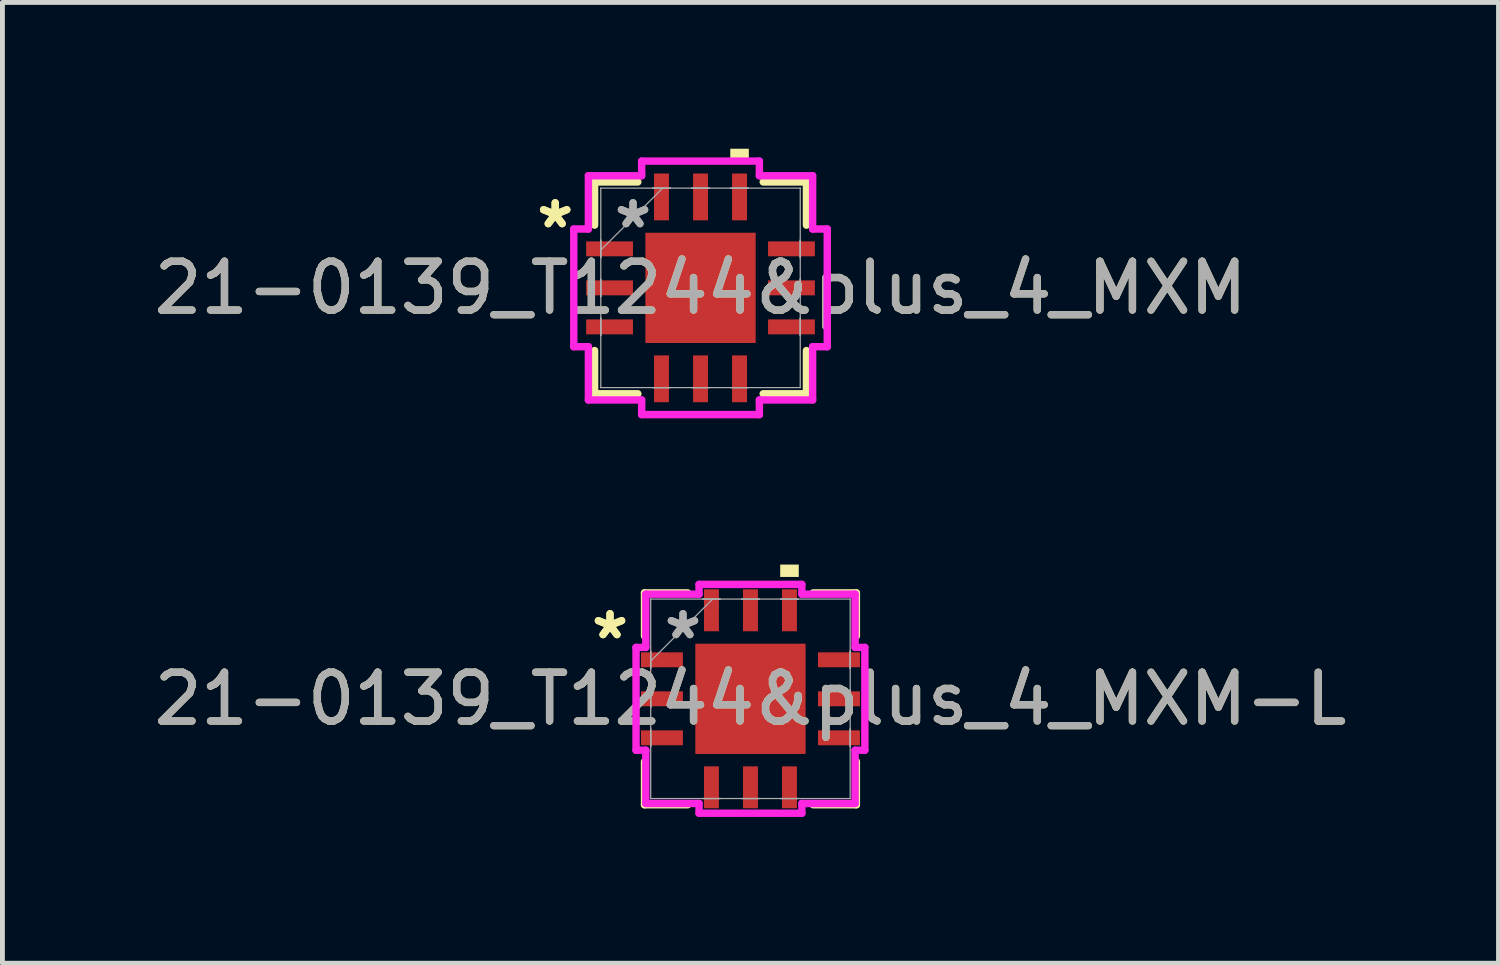
<source format=kicad_pcb>
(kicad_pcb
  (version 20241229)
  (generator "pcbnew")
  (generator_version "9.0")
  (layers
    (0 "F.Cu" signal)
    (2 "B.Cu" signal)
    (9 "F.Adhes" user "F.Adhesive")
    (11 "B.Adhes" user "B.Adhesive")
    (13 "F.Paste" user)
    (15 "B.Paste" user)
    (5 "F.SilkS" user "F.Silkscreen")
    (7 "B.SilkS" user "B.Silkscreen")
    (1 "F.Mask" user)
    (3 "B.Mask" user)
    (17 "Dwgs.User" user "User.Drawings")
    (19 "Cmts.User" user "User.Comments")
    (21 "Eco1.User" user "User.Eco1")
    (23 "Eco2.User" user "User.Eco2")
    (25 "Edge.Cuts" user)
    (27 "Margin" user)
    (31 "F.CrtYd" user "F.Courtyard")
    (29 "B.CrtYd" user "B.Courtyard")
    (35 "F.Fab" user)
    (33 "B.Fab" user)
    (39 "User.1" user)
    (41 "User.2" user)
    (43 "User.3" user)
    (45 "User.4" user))
  (footprint "21-0139_T1244&plus_4_MXM-L"
    (layer "F.Cu")
    (at 12.339 11.28)
    (property "Reference" "21-0139_T1244&plus_4_MXM-L" (at 0 0 0) (unlocked yes) (layer "F.SilkS") (effects (font (size 1 1) (thickness 0.15))))
    (attr smd)
    (fp_line (start -2.172 -2.172) (end -2.172 -1.286) (stroke (width 0.152) (type solid)) (layer "F.SilkS"))
    (fp_line (start -2.172 1.286) (end -2.172 2.172) (stroke (width 0.152) (type solid)) (layer "F.SilkS"))
    (fp_line (start -2.172 2.172) (end -1.286 2.172) (stroke (width 0.152) (type solid)) (layer "F.SilkS"))
    (fp_line (start -1.286 -2.172) (end -2.172 -2.172) (stroke (width 0.152) (type solid)) (layer "F.SilkS"))
    (fp_line (start 1.286 2.172) (end 2.172 2.172) (stroke (width 0.152) (type solid)) (layer "F.SilkS"))
    (fp_line (start 2.172 -2.172) (end 1.286 -2.172) (stroke (width 0.152) (type solid)) (layer "F.SilkS"))
    (fp_line (start 2.172 -1.286) (end 2.172 -2.172) (stroke (width 0.152) (type solid)) (layer "F.SilkS"))
    (fp_line (start 2.172 2.172) (end 2.172 1.286) (stroke (width 0.152) (type solid)) (layer "F.SilkS"))
    (fp_poly (pts (xy 0.61 -2.499) (xy 0.61 -2.753) (xy 0.991 -2.753) (xy 0.991 -2.499)) (stroke (width 0) (type solid)) (fill yes) (layer "F.SilkS"))
    (fp_line (start -2.346 -1.054) (end -2.146 -1.054) (stroke (width 0.152) (type solid)) (layer "F.CrtYd"))
    (fp_line (start -2.346 1.054) (end -2.346 -1.054) (stroke (width 0.152) (type solid)) (layer "F.CrtYd"))
    (fp_line (start -2.146 -2.146) (end -1.054 -2.146) (stroke (width 0.152) (type solid)) (layer "F.CrtYd"))
    (fp_line (start -2.146 -1.054) (end -2.146 -2.146) (stroke (width 0.152) (type solid)) (layer "F.CrtYd"))
    (fp_line (start -2.146 1.054) (end -2.346 1.054) (stroke (width 0.152) (type solid)) (layer "F.CrtYd"))
    (fp_line (start -2.146 2.146) (end -2.146 1.054) (stroke (width 0.152) (type solid)) (layer "F.CrtYd"))
    (fp_line (start -1.054 -2.346) (end 1.054 -2.346) (stroke (width 0.152) (type solid)) (layer "F.CrtYd"))
    (fp_line (start -1.054 -2.146) (end -1.054 -2.346) (stroke (width 0.152) (type solid)) (layer "F.CrtYd"))
    (fp_line (start -1.054 2.146) (end -2.146 2.146) (stroke (width 0.152) (type solid)) (layer "F.CrtYd"))
    (fp_line (start -1.054 2.346) (end -1.054 2.146) (stroke (width 0.152) (type solid)) (layer "F.CrtYd"))
    (fp_line (start 1.054 -2.346) (end 1.054 -2.146) (stroke (width 0.152) (type solid)) (layer "F.CrtYd"))
    (fp_line (start 1.054 -2.146) (end 2.146 -2.146) (stroke (width 0.152) (type solid)) (layer "F.CrtYd"))
    (fp_line (start 1.054 2.146) (end 1.054 2.346) (stroke (width 0.152) (type solid)) (layer "F.CrtYd"))
    (fp_line (start 1.054 2.346) (end -1.054 2.346) (stroke (width 0.152) (type solid)) (layer "F.CrtYd"))
    (fp_line (start 2.146 -2.146) (end 2.146 -1.054) (stroke (width 0.152) (type solid)) (layer "F.CrtYd"))
    (fp_line (start 2.146 -1.054) (end 2.346 -1.054) (stroke (width 0.152) (type solid)) (layer "F.CrtYd"))
    (fp_line (start 2.146 1.054) (end 2.146 2.146) (stroke (width 0.152) (type solid)) (layer "F.CrtYd"))
    (fp_line (start 2.146 2.146) (end 1.054 2.146) (stroke (width 0.152) (type solid)) (layer "F.CrtYd"))
    (fp_line (start 2.346 -1.054) (end 2.346 1.054) (stroke (width 0.152) (type solid)) (layer "F.CrtYd"))
    (fp_line (start 2.346 1.054) (end 2.146 1.054) (stroke (width 0.152) (type solid)) (layer "F.CrtYd"))
    (fp_line (start -2.045 -2.045) (end -2.045 -2.045) (stroke (width 0.025) (type solid)) (layer "F.Fab"))
    (fp_line (start -2.045 -2.045) (end -2.045 2.045) (stroke (width 0.025) (type solid)) (layer "F.Fab"))
    (fp_line (start -2.045 -0.978) (end -2.045 -0.978) (stroke (width 0.025) (type solid)) (layer "F.Fab"))
    (fp_line (start -2.045 -0.978) (end -2.045 -0.622) (stroke (width 0.025) (type solid)) (layer "F.Fab"))
    (fp_line (start -2.045 -0.775) (end -0.775 -2.045) (stroke (width 0.025) (type solid)) (layer "F.Fab"))
    (fp_line (start -2.045 -0.622) (end -2.045 -0.978) (stroke (width 0.025) (type solid)) (layer "F.Fab"))
    (fp_line (start -2.045 -0.622) (end -2.045 -0.622) (stroke (width 0.025) (type solid)) (layer "F.Fab"))
    (fp_line (start -2.045 -0.178) (end -2.045 -0.178) (stroke (width 0.025) (type solid)) (layer "F.Fab"))
    (fp_line (start -2.045 -0.178) (end -2.045 0.178) (stroke (width 0.025) (type solid)) (layer "F.Fab"))
    (fp_line (start -2.045 0.178) (end -2.045 -0.178) (stroke (width 0.025) (type solid)) (layer "F.Fab"))
    (fp_line (start -2.045 0.178) (end -2.045 0.178) (stroke (width 0.025) (type solid)) (layer "F.Fab"))
    (fp_line (start -2.045 0.622) (end -2.045 0.622) (stroke (width 0.025) (type solid)) (layer "F.Fab"))
    (fp_line (start -2.045 0.622) (end -2.045 0.978) (stroke (width 0.025) (type solid)) (layer "F.Fab"))
    (fp_line (start -2.045 0.978) (end -2.045 0.622) (stroke (width 0.025) (type solid)) (layer "F.Fab"))
    (fp_line (start -2.045 0.978) (end -2.045 0.978) (stroke (width 0.025) (type solid)) (layer "F.Fab"))
    (fp_line (start -2.045 2.045) (end -2.045 2.045) (stroke (width 0.025) (type solid)) (layer "F.Fab"))
    (fp_line (start -2.045 2.045) (end 2.045 2.045) (stroke (width 0.025) (type solid)) (layer "F.Fab"))
    (fp_line (start -0.978 -2.045) (end -0.978 -2.045) (stroke (width 0.025) (type solid)) (layer "F.Fab"))
    (fp_line (start -0.978 -2.045) (end -0.622 -2.045) (stroke (width 0.025) (type solid)) (layer "F.Fab"))
    (fp_line (start -0.978 2.045) (end -0.978 2.045) (stroke (width 0.025) (type solid)) (layer "F.Fab"))
    (fp_line (start -0.978 2.045) (end -0.622 2.045) (stroke (width 0.025) (type solid)) (layer "F.Fab"))
    (fp_line (start -0.622 -2.045) (end -0.978 -2.045) (stroke (width 0.025) (type solid)) (layer "F.Fab"))
    (fp_line (start -0.622 -2.045) (end -0.622 -2.045) (stroke (width 0.025) (type solid)) (layer "F.Fab"))
    (fp_line (start -0.622 2.045) (end -0.978 2.045) (stroke (width 0.025) (type solid)) (layer "F.Fab"))
    (fp_line (start -0.622 2.045) (end -0.622 2.045) (stroke (width 0.025) (type solid)) (layer "F.Fab"))
    (fp_line (start -0.178 -2.045) (end -0.178 -2.045) (stroke (width 0.025) (type solid)) (layer "F.Fab"))
    (fp_line (start -0.178 -2.045) (end 0.178 -2.045) (stroke (width 0.025) (type solid)) (layer "F.Fab"))
    (fp_line (start -0.178 2.045) (end -0.178 2.045) (stroke (width 0.025) (type solid)) (layer "F.Fab"))
    (fp_line (start -0.178 2.045) (end 0.178 2.045) (stroke (width 0.025) (type solid)) (layer "F.Fab"))
    (fp_line (start 0.178 -2.045) (end -0.178 -2.045) (stroke (width 0.025) (type solid)) (layer "F.Fab"))
    (fp_line (start 0.178 -2.045) (end 0.178 -2.045) (stroke (width 0.025) (type solid)) (layer "F.Fab"))
    (fp_line (start 0.178 2.045) (end -0.178 2.045) (stroke (width 0.025) (type solid)) (layer "F.Fab"))
    (fp_line (start 0.178 2.045) (end 0.178 2.045) (stroke (width 0.025) (type solid)) (layer "F.Fab"))
    (fp_line (start 0.622 -2.045) (end 0.622 -2.045) (stroke (width 0.025) (type solid)) (layer "F.Fab"))
    (fp_line (start 0.622 -2.045) (end 0.978 -2.045) (stroke (width 0.025) (type solid)) (layer "F.Fab"))
    (fp_line (start 0.622 2.045) (end 0.622 2.045) (stroke (width 0.025) (type solid)) (layer "F.Fab"))
    (fp_line (start 0.622 2.045) (end 0.978 2.045) (stroke (width 0.025) (type solid)) (layer "F.Fab"))
    (fp_line (start 0.978 -2.045) (end 0.622 -2.045) (stroke (width 0.025) (type solid)) (layer "F.Fab"))
    (fp_line (start 0.978 -2.045) (end 0.978 -2.045) (stroke (width 0.025) (type solid)) (layer "F.Fab"))
    (fp_line (start 0.978 2.045) (end 0.622 2.045) (stroke (width 0.025) (type solid)) (layer "F.Fab"))
    (fp_line (start 0.978 2.045) (end 0.978 2.045) (stroke (width 0.025) (type solid)) (layer "F.Fab"))
    (fp_line (start 2.045 -2.045) (end -2.045 -2.045) (stroke (width 0.025) (type solid)) (layer "F.Fab"))
    (fp_line (start 2.045 -2.045) (end 2.045 -2.045) (stroke (width 0.025) (type solid)) (layer "F.Fab"))
    (fp_line (start 2.045 -0.978) (end 2.045 -0.978) (stroke (width 0.025) (type solid)) (layer "F.Fab"))
    (fp_line (start 2.045 -0.978) (end 2.045 -0.622) (stroke (width 0.025) (type solid)) (layer "F.Fab"))
    (fp_line (start 2.045 -0.622) (end 2.045 -0.978) (stroke (width 0.025) (type solid)) (layer "F.Fab"))
    (fp_line (start 2.045 -0.622) (end 2.045 -0.622) (stroke (width 0.025) (type solid)) (layer "F.Fab"))
    (fp_line (start 2.045 -0.178) (end 2.045 -0.178) (stroke (width 0.025) (type solid)) (layer "F.Fab"))
    (fp_line (start 2.045 -0.178) (end 2.045 0.178) (stroke (width 0.025) (type solid)) (layer "F.Fab"))
    (fp_line (start 2.045 0.178) (end 2.045 -0.178) (stroke (width 0.025) (type solid)) (layer "F.Fab"))
    (fp_line (start 2.045 0.178) (end 2.045 0.178) (stroke (width 0.025) (type solid)) (layer "F.Fab"))
    (fp_line (start 2.045 0.622) (end 2.045 0.622) (stroke (width 0.025) (type solid)) (layer "F.Fab"))
    (fp_line (start 2.045 0.622) (end 2.045 0.978) (stroke (width 0.025) (type solid)) (layer "F.Fab"))
    (fp_line (start 2.045 0.978) (end 2.045 0.622) (stroke (width 0.025) (type solid)) (layer "F.Fab"))
    (fp_line (start 2.045 0.978) (end 2.045 0.978) (stroke (width 0.025) (type solid)) (layer "F.Fab"))
    (fp_line (start 2.045 2.045) (end 2.045 -2.045) (stroke (width 0.025) (type solid)) (layer "F.Fab"))
    (fp_line (start 2.045 2.045) (end 2.045 2.045) (stroke (width 0.025) (type solid)) (layer "F.Fab"))
    (fp_text user "*" (at -2.88 -1.2 0) (unlocked yes) (layer "F.SilkS") (effects (font (size 1 1) (thickness 0.15))))
    (fp_text user "*" (at -2.88 -1.2 0) (layer "F.SilkS") (effects (font (size 1 1) (thickness 0.15))))
    (fp_text user "*" (at -1.384 -1.2 0) (layer "F.Fab") (effects (font (size 1 1) (thickness 0.15))))
    (fp_text user "*" (at -1.384 -1.2 0) (unlocked yes) (layer "F.Fab") (effects (font (size 1 1) (thickness 0.15))))
    (fp_text user "${REFERENCE}" (at 0 0 0) (unlocked yes) (layer "F.Fab") (effects (font (size 1 1) (thickness 0.15))))
    (pad "1" smd rect (at -1.815 -0.8 90) (size 0.306 0.86) (layers "F.Cu" "F.Mask" "F.Paste"))
    (pad "2" smd rect (at -1.815 0 90) (size 0.306 0.86) (layers "F.Cu" "F.Mask" "F.Paste"))
    (pad "3" smd rect (at -1.815 0.8 90) (size 0.306 0.86) (layers "F.Cu" "F.Mask" "F.Paste"))
    (pad "4" smd rect (at -0.8 1.815) (size 0.306 0.86) (layers "F.Cu" "F.Mask" "F.Paste"))
    (pad "5" smd rect (at 0 1.815) (size 0.306 0.86) (layers "F.Cu" "F.Mask" "F.Paste"))
    (pad "6" smd rect (at 0.8 1.815) (size 0.306 0.86) (layers "F.Cu" "F.Mask" "F.Paste"))
    (pad "7" smd rect (at 1.815 0.8 90) (size 0.306 0.86) (layers "F.Cu" "F.Mask" "F.Paste"))
    (pad "8" smd rect (at 1.815 0 90) (size 0.306 0.86) (layers "F.Cu" "F.Mask" "F.Paste"))
    (pad "9" smd rect (at 1.815 -0.8 90) (size 0.306 0.86) (layers "F.Cu" "F.Mask" "F.Paste"))
    (pad "10" smd rect (at 0.8 -1.815) (size 0.306 0.86) (layers "F.Cu" "F.Mask" "F.Paste"))
    (pad "11" smd rect (at 0 -1.815) (size 0.306 0.86) (layers "F.Cu" "F.Mask" "F.Paste"))
    (pad "12" smd rect (at -0.8 -1.815) (size 0.306 0.86) (layers "F.Cu" "F.Mask" "F.Paste"))
    (pad "13" smd rect (at 0 0) (size 2.261 2.261) (layers "F.Cu" "F.Mask" "F.Paste")))
  (footprint "21-0139_T1244&plus_4_MXM"
    (layer "F.Cu")
    (at 11.315 2.853)
    (property "Reference" "21-0139_T1244&plus_4_MXM" (at 0 0 0) (unlocked yes) (layer "F.SilkS") (effects (font (size 1 1) (thickness 0.15))))
    (attr smd)
    (fp_line (start -2.172 -2.172) (end -2.172 -1.286) (stroke (width 0.152) (type solid)) (layer "F.SilkS"))
    (fp_line (start -2.172 1.286) (end -2.172 2.172) (stroke (width 0.152) (type solid)) (layer "F.SilkS"))
    (fp_line (start -2.172 2.172) (end -1.286 2.172) (stroke (width 0.152) (type solid)) (layer "F.SilkS"))
    (fp_line (start -1.286 -2.172) (end -2.172 -2.172) (stroke (width 0.152) (type solid)) (layer "F.SilkS"))
    (fp_line (start 1.286 2.172) (end 2.172 2.172) (stroke (width 0.152) (type solid)) (layer "F.SilkS"))
    (fp_line (start 2.172 -2.172) (end 1.286 -2.172) (stroke (width 0.152) (type solid)) (layer "F.SilkS"))
    (fp_line (start 2.172 -1.286) (end 2.172 -2.172) (stroke (width 0.152) (type solid)) (layer "F.SilkS"))
    (fp_line (start 2.172 2.172) (end 2.172 1.286) (stroke (width 0.152) (type solid)) (layer "F.SilkS"))
    (fp_poly (pts (xy 0.61 -2.599) (xy 0.61 -2.853) (xy 0.991 -2.853) (xy 0.991 -2.599)) (stroke (width 0) (type solid)) (fill yes) (layer "F.SilkS"))
    (fp_line (start -2.599 -1.207) (end -2.299 -1.207) (stroke (width 0.152) (type solid)) (layer "F.CrtYd"))
    (fp_line (start -2.599 1.207) (end -2.599 -1.207) (stroke (width 0.152) (type solid)) (layer "F.CrtYd"))
    (fp_line (start -2.299 -2.299) (end -1.207 -2.299) (stroke (width 0.152) (type solid)) (layer "F.CrtYd"))
    (fp_line (start -2.299 -1.207) (end -2.299 -2.299) (stroke (width 0.152) (type solid)) (layer "F.CrtYd"))
    (fp_line (start -2.299 1.207) (end -2.599 1.207) (stroke (width 0.152) (type solid)) (layer "F.CrtYd"))
    (fp_line (start -2.299 2.299) (end -2.299 1.207) (stroke (width 0.152) (type solid)) (layer "F.CrtYd"))
    (fp_line (start -1.207 -2.599) (end 1.207 -2.599) (stroke (width 0.152) (type solid)) (layer "F.CrtYd"))
    (fp_line (start -1.207 -2.299) (end -1.207 -2.599) (stroke (width 0.152) (type solid)) (layer "F.CrtYd"))
    (fp_line (start -1.207 2.299) (end -2.299 2.299) (stroke (width 0.152) (type solid)) (layer "F.CrtYd"))
    (fp_line (start -1.207 2.599) (end -1.207 2.299) (stroke (width 0.152) (type solid)) (layer "F.CrtYd"))
    (fp_line (start 1.207 -2.599) (end 1.207 -2.299) (stroke (width 0.152) (type solid)) (layer "F.CrtYd"))
    (fp_line (start 1.207 -2.299) (end 2.299 -2.299) (stroke (width 0.152) (type solid)) (layer "F.CrtYd"))
    (fp_line (start 1.207 2.299) (end 1.207 2.599) (stroke (width 0.152) (type solid)) (layer "F.CrtYd"))
    (fp_line (start 1.207 2.599) (end -1.207 2.599) (stroke (width 0.152) (type solid)) (layer "F.CrtYd"))
    (fp_line (start 2.299 -2.299) (end 2.299 -1.207) (stroke (width 0.152) (type solid)) (layer "F.CrtYd"))
    (fp_line (start 2.299 -1.207) (end 2.599 -1.207) (stroke (width 0.152) (type solid)) (layer "F.CrtYd"))
    (fp_line (start 2.299 1.207) (end 2.299 2.299) (stroke (width 0.152) (type solid)) (layer "F.CrtYd"))
    (fp_line (start 2.299 2.299) (end 1.207 2.299) (stroke (width 0.152) (type solid)) (layer "F.CrtYd"))
    (fp_line (start 2.599 -1.207) (end 2.599 1.207) (stroke (width 0.152) (type solid)) (layer "F.CrtYd"))
    (fp_line (start 2.599 1.207) (end 2.299 1.207) (stroke (width 0.152) (type solid)) (layer "F.CrtYd"))
    (fp_line (start -2.045 -2.045) (end -2.045 -2.045) (stroke (width 0.025) (type solid)) (layer "F.Fab"))
    (fp_line (start -2.045 -2.045) (end -2.045 2.045) (stroke (width 0.025) (type solid)) (layer "F.Fab"))
    (fp_line (start -2.045 -0.978) (end -2.045 -0.978) (stroke (width 0.025) (type solid)) (layer "F.Fab"))
    (fp_line (start -2.045 -0.978) (end -2.045 -0.622) (stroke (width 0.025) (type solid)) (layer "F.Fab"))
    (fp_line (start -2.045 -0.775) (end -0.775 -2.045) (stroke (width 0.025) (type solid)) (layer "F.Fab"))
    (fp_line (start -2.045 -0.622) (end -2.045 -0.978) (stroke (width 0.025) (type solid)) (layer "F.Fab"))
    (fp_line (start -2.045 -0.622) (end -2.045 -0.622) (stroke (width 0.025) (type solid)) (layer "F.Fab"))
    (fp_line (start -2.045 -0.178) (end -2.045 -0.178) (stroke (width 0.025) (type solid)) (layer "F.Fab"))
    (fp_line (start -2.045 -0.178) (end -2.045 0.178) (stroke (width 0.025) (type solid)) (layer "F.Fab"))
    (fp_line (start -2.045 0.178) (end -2.045 -0.178) (stroke (width 0.025) (type solid)) (layer "F.Fab"))
    (fp_line (start -2.045 0.178) (end -2.045 0.178) (stroke (width 0.025) (type solid)) (layer "F.Fab"))
    (fp_line (start -2.045 0.622) (end -2.045 0.622) (stroke (width 0.025) (type solid)) (layer "F.Fab"))
    (fp_line (start -2.045 0.622) (end -2.045 0.978) (stroke (width 0.025) (type solid)) (layer "F.Fab"))
    (fp_line (start -2.045 0.978) (end -2.045 0.622) (stroke (width 0.025) (type solid)) (layer "F.Fab"))
    (fp_line (start -2.045 0.978) (end -2.045 0.978) (stroke (width 0.025) (type solid)) (layer "F.Fab"))
    (fp_line (start -2.045 2.045) (end -2.045 2.045) (stroke (width 0.025) (type solid)) (layer "F.Fab"))
    (fp_line (start -2.045 2.045) (end 2.045 2.045) (stroke (width 0.025) (type solid)) (layer "F.Fab"))
    (fp_line (start -0.978 -2.045) (end -0.978 -2.045) (stroke (width 0.025) (type solid)) (layer "F.Fab"))
    (fp_line (start -0.978 -2.045) (end -0.622 -2.045) (stroke (width 0.025) (type solid)) (layer "F.Fab"))
    (fp_line (start -0.978 2.045) (end -0.978 2.045) (stroke (width 0.025) (type solid)) (layer "F.Fab"))
    (fp_line (start -0.978 2.045) (end -0.622 2.045) (stroke (width 0.025) (type solid)) (layer "F.Fab"))
    (fp_line (start -0.622 -2.045) (end -0.978 -2.045) (stroke (width 0.025) (type solid)) (layer "F.Fab"))
    (fp_line (start -0.622 -2.045) (end -0.622 -2.045) (stroke (width 0.025) (type solid)) (layer "F.Fab"))
    (fp_line (start -0.622 2.045) (end -0.978 2.045) (stroke (width 0.025) (type solid)) (layer "F.Fab"))
    (fp_line (start -0.622 2.045) (end -0.622 2.045) (stroke (width 0.025) (type solid)) (layer "F.Fab"))
    (fp_line (start -0.178 -2.045) (end -0.178 -2.045) (stroke (width 0.025) (type solid)) (layer "F.Fab"))
    (fp_line (start -0.178 -2.045) (end 0.178 -2.045) (stroke (width 0.025) (type solid)) (layer "F.Fab"))
    (fp_line (start -0.178 2.045) (end -0.178 2.045) (stroke (width 0.025) (type solid)) (layer "F.Fab"))
    (fp_line (start -0.178 2.045) (end 0.178 2.045) (stroke (width 0.025) (type solid)) (layer "F.Fab"))
    (fp_line (start 0.178 -2.045) (end -0.178 -2.045) (stroke (width 0.025) (type solid)) (layer "F.Fab"))
    (fp_line (start 0.178 -2.045) (end 0.178 -2.045) (stroke (width 0.025) (type solid)) (layer "F.Fab"))
    (fp_line (start 0.178 2.045) (end -0.178 2.045) (stroke (width 0.025) (type solid)) (layer "F.Fab"))
    (fp_line (start 0.178 2.045) (end 0.178 2.045) (stroke (width 0.025) (type solid)) (layer "F.Fab"))
    (fp_line (start 0.622 -2.045) (end 0.622 -2.045) (stroke (width 0.025) (type solid)) (layer "F.Fab"))
    (fp_line (start 0.622 -2.045) (end 0.978 -2.045) (stroke (width 0.025) (type solid)) (layer "F.Fab"))
    (fp_line (start 0.622 2.045) (end 0.622 2.045) (stroke (width 0.025) (type solid)) (layer "F.Fab"))
    (fp_line (start 0.622 2.045) (end 0.978 2.045) (stroke (width 0.025) (type solid)) (layer "F.Fab"))
    (fp_line (start 0.978 -2.045) (end 0.622 -2.045) (stroke (width 0.025) (type solid)) (layer "F.Fab"))
    (fp_line (start 0.978 -2.045) (end 0.978 -2.045) (stroke (width 0.025) (type solid)) (layer "F.Fab"))
    (fp_line (start 0.978 2.045) (end 0.622 2.045) (stroke (width 0.025) (type solid)) (layer "F.Fab"))
    (fp_line (start 0.978 2.045) (end 0.978 2.045) (stroke (width 0.025) (type solid)) (layer "F.Fab"))
    (fp_line (start 2.045 -2.045) (end -2.045 -2.045) (stroke (width 0.025) (type solid)) (layer "F.Fab"))
    (fp_line (start 2.045 -2.045) (end 2.045 -2.045) (stroke (width 0.025) (type solid)) (layer "F.Fab"))
    (fp_line (start 2.045 -0.978) (end 2.045 -0.978) (stroke (width 0.025) (type solid)) (layer "F.Fab"))
    (fp_line (start 2.045 -0.978) (end 2.045 -0.622) (stroke (width 0.025) (type solid)) (layer "F.Fab"))
    (fp_line (start 2.045 -0.622) (end 2.045 -0.978) (stroke (width 0.025) (type solid)) (layer "F.Fab"))
    (fp_line (start 2.045 -0.622) (end 2.045 -0.622) (stroke (width 0.025) (type solid)) (layer "F.Fab"))
    (fp_line (start 2.045 -0.178) (end 2.045 -0.178) (stroke (width 0.025) (type solid)) (layer "F.Fab"))
    (fp_line (start 2.045 -0.178) (end 2.045 0.178) (stroke (width 0.025) (type solid)) (layer "F.Fab"))
    (fp_line (start 2.045 0.178) (end 2.045 -0.178) (stroke (width 0.025) (type solid)) (layer "F.Fab"))
    (fp_line (start 2.045 0.178) (end 2.045 0.178) (stroke (width 0.025) (type solid)) (layer "F.Fab"))
    (fp_line (start 2.045 0.622) (end 2.045 0.622) (stroke (width 0.025) (type solid)) (layer "F.Fab"))
    (fp_line (start 2.045 0.622) (end 2.045 0.978) (stroke (width 0.025) (type solid)) (layer "F.Fab"))
    (fp_line (start 2.045 0.978) (end 2.045 0.622) (stroke (width 0.025) (type solid)) (layer "F.Fab"))
    (fp_line (start 2.045 0.978) (end 2.045 0.978) (stroke (width 0.025) (type solid)) (layer "F.Fab"))
    (fp_line (start 2.045 2.045) (end 2.045 -2.045) (stroke (width 0.025) (type solid)) (layer "F.Fab"))
    (fp_line (start 2.045 2.045) (end 2.045 2.045) (stroke (width 0.025) (type solid)) (layer "F.Fab"))
    (fp_text user "*" (at -2.98 -1.2 0) (layer "F.SilkS") (effects (font (size 1 1) (thickness 0.15))))
    (fp_text user "*" (at -2.98 -1.2 0) (unlocked yes) (layer "F.SilkS") (effects (font (size 1 1) (thickness 0.15))))
    (fp_text user "*" (at -1.384 -1.2 0) (layer "F.Fab") (effects (font (size 1 1) (thickness 0.15))))
    (fp_text user "${REFERENCE}" (at 0 0 0) (unlocked yes) (layer "F.Fab") (effects (font (size 1 1) (thickness 0.15))))
    (fp_text user "*" (at -1.384 -1.2 0) (unlocked yes) (layer "F.Fab") (effects (font (size 1 1) (thickness 0.15))))
    (pad "1" smd rect (at -1.865 -0.8 90) (size 0.306 0.96) (layers "F.Cu" "F.Mask" "F.Paste"))
    (pad "2" smd rect (at -1.865 0 90) (size 0.306 0.96) (layers "F.Cu" "F.Mask" "F.Paste"))
    (pad "3" smd rect (at -1.865 0.8 90) (size 0.306 0.96) (layers "F.Cu" "F.Mask" "F.Paste"))
    (pad "4" smd rect (at -0.8 1.865) (size 0.306 0.96) (layers "F.Cu" "F.Mask" "F.Paste"))
    (pad "5" smd rect (at 0 1.865) (size 0.306 0.96) (layers "F.Cu" "F.Mask" "F.Paste"))
    (pad "6" smd rect (at 0.8 1.865) (size 0.306 0.96) (layers "F.Cu" "F.Mask" "F.Paste"))
    (pad "7" smd rect (at 1.865 0.8 90) (size 0.306 0.96) (layers "F.Cu" "F.Mask" "F.Paste"))
    (pad "8" smd rect (at 1.865 0 90) (size 0.306 0.96) (layers "F.Cu" "F.Mask" "F.Paste"))
    (pad "9" smd rect (at 1.865 -0.8 90) (size 0.306 0.96) (layers "F.Cu" "F.Mask" "F.Paste"))
    (pad "10" smd rect (at 0.8 -1.865) (size 0.306 0.96) (layers "F.Cu" "F.Mask" "F.Paste"))
    (pad "11" smd rect (at 0 -1.865) (size 0.306 0.96) (layers "F.Cu" "F.Mask" "F.Paste"))
    (pad "12" smd rect (at -0.8 -1.865) (size 0.306 0.96) (layers "F.Cu" "F.Mask" "F.Paste"))
    (pad "13" smd rect (at 0 0) (size 2.261 2.261) (layers "F.Cu" "F.Mask" "F.Paste")))
  (gr_rect
    (start -3 -3)
    (end 27.679 16.703)
    (stroke (width 0.1) (type default))
    (fill no)
    (layer "Edge.Cuts")))
</source>
